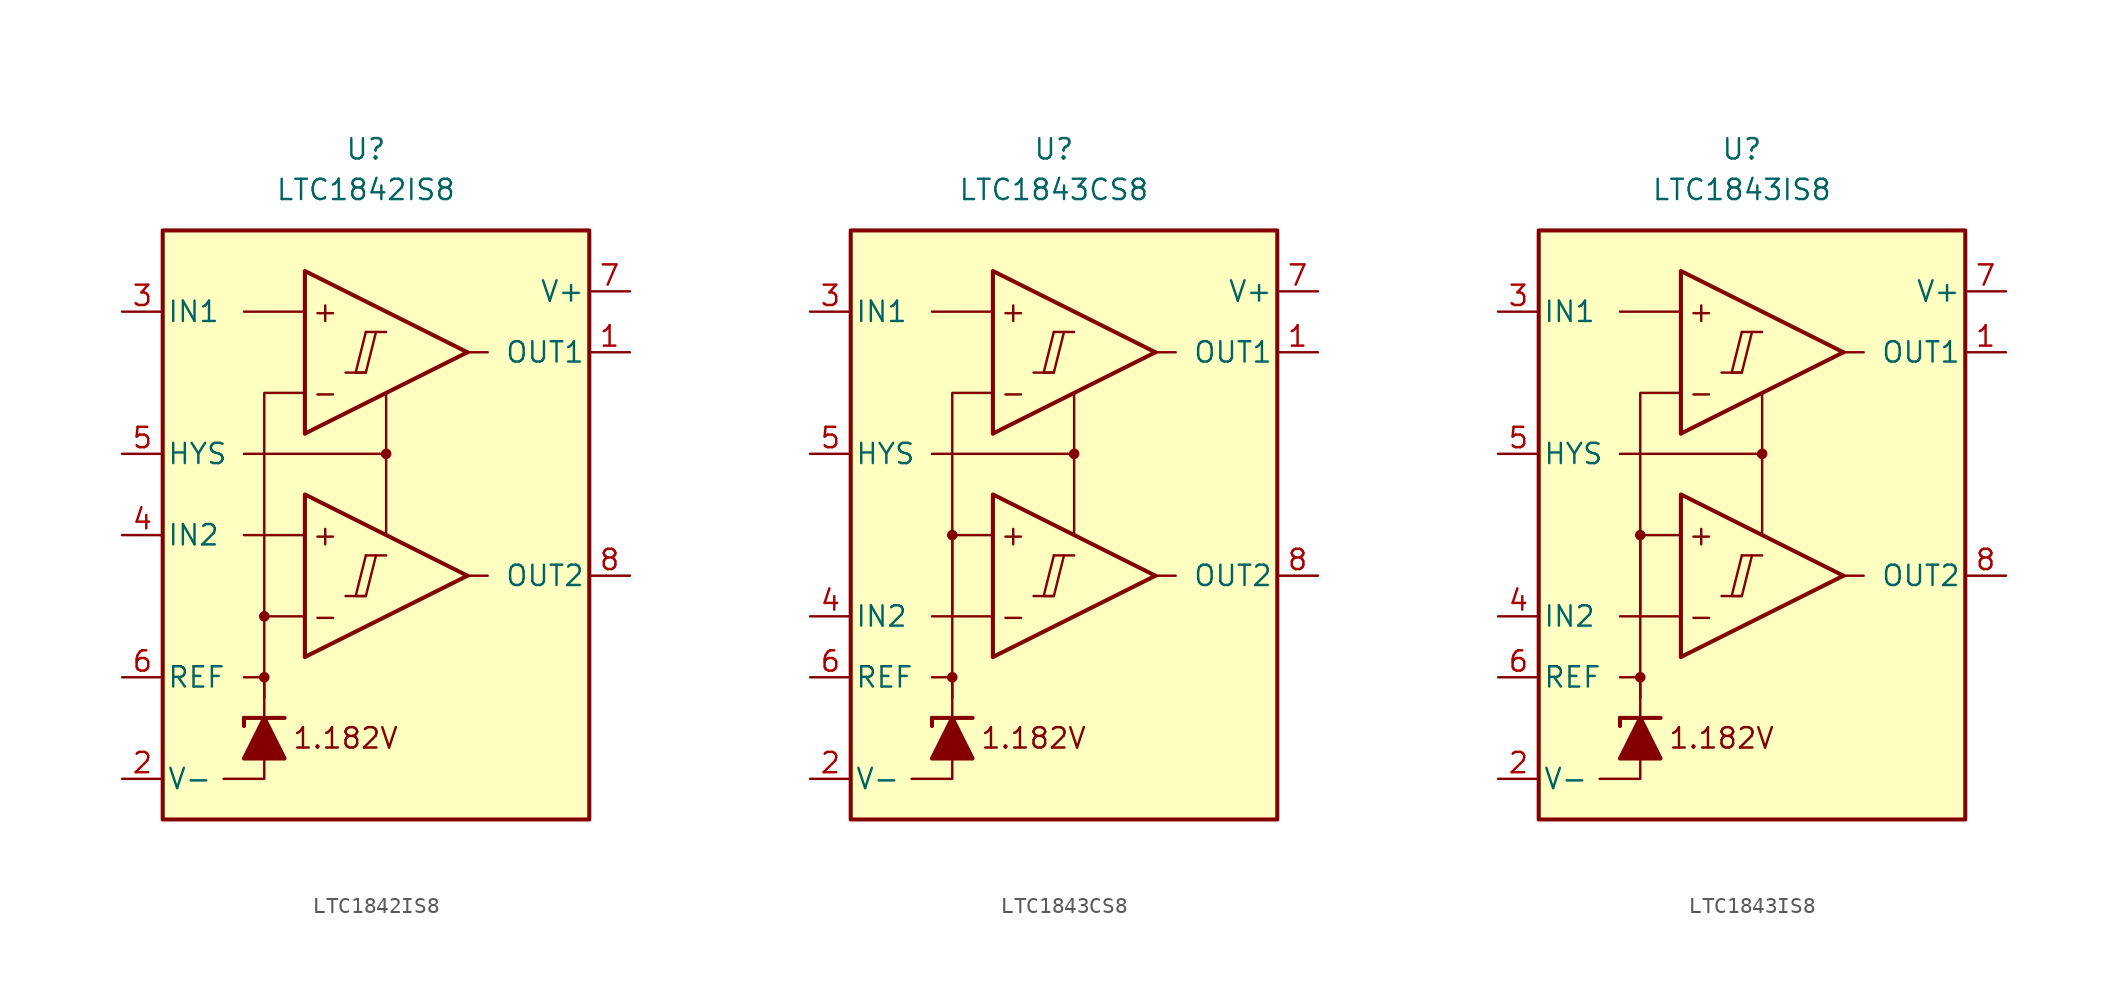
<source format=kicad_sym>
(kicad_symbol_lib
  (version 20231120)
  (generator "kicad_symbol_editor")
  (generator_version "8.0")
  (symbol "LTC1842IS8"
    (pin_names
      (offset 0.254))
    (property "Reference" "U"
      (at -1.27 22.86 0)
      (effects (font (size 1.27 1.27))))
    (property "Value" "LTC1842IS8"
      (at -1.27 20.32 0)
      (effects (font (size 1.27 1.27))))
    (symbol "LTC1842IS8_0_0"
      (rectangle (start -13.97 17.78) (end 12.7 -19.05) (stroke (width 0.254) (type default)) (fill (type background)))
      (circle (center -7.62 -10.16) (radius 0.254) (stroke (width 0.152) (type default)) (fill (type outline)))
      (circle (center -7.62 -6.35) (radius 0.254) (stroke (width 0.152) (type default)) (fill (type outline)))
      (polyline (pts (xy -2.54 -5.08) (xy -1.27 -5.08)) (stroke (width 0.152) (type default)) (fill (type none)))
      (polyline (pts (xy -2.54 8.89) (xy -1.27 8.89)) (stroke (width 0.152) (type default)) (fill (type none)))
      (polyline (pts (xy -1.27 -2.54) (xy 0 -2.54)) (stroke (width 0.152) (type default)) (fill (type none)))
      (polyline (pts (xy -1.27 11.43) (xy 0 11.43)) (stroke (width 0.152) (type default)) (fill (type none)))
      (polyline (pts (xy 5.08 -3.81) (xy -5.08 -8.89)) (stroke (width 0.254) (type default)) (fill (type none)))
      (polyline (pts (xy 5.08 10.16) (xy -5.08 5.08)) (stroke (width 0.254) (type default)) (fill (type none)))
      (polyline (pts (xy 5.08 -3.81) (xy -5.08 1.27) (xy -5.08 -8.89)) (stroke (width 0.254) (type default)) (fill (type background)))
      (polyline (pts (xy 5.08 10.16) (xy -5.08 15.24) (xy -5.08 5.08)) (stroke (width 0.254) (type default)) (fill (type background)))
      (polyline (pts (xy -1.27 -2.54) (xy -1.905 -5.08) (xy -1.27 -5.08) (xy -0.635 -2.54)) (stroke (width 0.152) (type default)) (fill (type none)))
      (polyline (pts (xy -1.27 11.43) (xy -1.905 8.89) (xy -1.27 8.89) (xy -0.635 11.43)) (stroke (width 0.152) (type default)) (fill (type none)))
      (circle (center 0 3.81) (radius 0.254) (stroke (width 0.152) (type default)) (fill (type outline)))
      (text "+" (at -3.81 -1.27 0) (effects (font (size 1.27 1.27))))
      (text "+" (at -3.81 12.7 0) (effects (font (size 1.27 1.27))))
      (text "-" (at -3.81 -6.35 0) (effects (font (size 1.27 1.27))))
      (text "-" (at -3.81 7.62 0) (effects (font (size 1.27 1.27))))
      (text "1.182V" (at -2.54 -13.97 0) (effects (font (size 1.27 1.27)))))
    (symbol "LTC1842IS8_0_1"
      (polyline (pts (xy -8.89 -12.7) (xy -8.89 -13.208)) (stroke (width 0.254) (type default)) (fill (type none)))
      (polyline (pts (xy -8.89 -12.7) (xy -6.35 -12.7)) (stroke (width 0.254) (type default)) (fill (type none)))
      (polyline (pts (xy -5.08 -1.27) (xy -8.89 -1.27)) (stroke (width 0) (type default)) (fill (type none)))
      (polyline (pts (xy -5.08 12.7) (xy -8.89 12.7)) (stroke (width 0) (type default)) (fill (type none)))
      (polyline (pts (xy 0 3.81) (xy 0 -1.27)) (stroke (width 0) (type default)) (fill (type none)))
      (polyline (pts (xy 5.08 -3.81) (xy 6.35 -3.81)) (stroke (width 0) (type default)) (fill (type none)))
      (polyline (pts (xy 5.08 10.16) (xy 6.35 10.16)) (stroke (width 0) (type default)) (fill (type none)))
      (polyline (pts (xy -7.62 -15.24) (xy -7.62 -16.51) (xy -10.16 -16.51)) (stroke (width 0) (type default)) (fill (type none)))
      (polyline (pts (xy -7.62 -12.7) (xy -7.62 -10.16) (xy -8.89 -10.16)) (stroke (width 0) (type default)) (fill (type none)))
      (polyline (pts (xy -7.62 -11.43) (xy -7.62 -6.35) (xy -5.08 -6.35)) (stroke (width 0) (type default)) (fill (type none)))
      (polyline (pts (xy -7.62 -6.35) (xy -7.62 7.62) (xy -5.08 7.62)) (stroke (width 0) (type default)) (fill (type none)))
      (polyline (pts (xy 0 7.62) (xy 0 3.81) (xy -8.89 3.81)) (stroke (width 0) (type default)) (fill (type none)))
      (polyline (pts (xy -6.35 -15.24) (xy -8.89 -15.24) (xy -7.62 -12.7) (xy -6.35 -15.24)) (stroke (width 0.254) (type default)) (fill (type outline))))
    (symbol "LTC1842IS8_1_1"
      (pin output line (at 15.24 10.16 180) (length 2.54) (name "OUT1" (effects (font (size 1.27 1.27)))) (number "1" (effects (font (size 1.27 1.27)))))
      (pin power_in line (at -16.51 -16.51 0) (length 2.54) (name "V-" (effects (font (size 1.27 1.27)))) (number "2" (effects (font (size 1.27 1.27)))))
      (pin input line (at -16.51 12.7 0) (length 2.54) (name "IN1" (effects (font (size 1.27 1.27)))) (number "3" (effects (font (size 1.27 1.27)))))
      (pin input line (at -16.51 -1.27 0) (length 2.54) (name "IN2" (effects (font (size 1.27 1.27)))) (number "4" (effects (font (size 1.27 1.27)))))
      (pin input line (at -16.51 3.81 0) (length 2.54) (name "HYS" (effects (font (size 1.27 1.27)))) (number "5" (effects (font (size 1.27 1.27)))))
      (pin output line (at -16.51 -10.16 0) (length 2.54) (name "REF" (effects (font (size 1.27 1.27)))) (number "6" (effects (font (size 1.27 1.27)))))
      (pin power_in line (at 15.24 13.97 180) (length 2.54) (name "V+" (effects (font (size 1.27 1.27)))) (number "7" (effects (font (size 1.27 1.27)))))
      (pin output line (at 15.24 -3.81 180) (length 2.54) (name "OUT2" (effects (font (size 1.27 1.27)))) (number "8" (effects (font (size 1.27 1.27)))))))
  (symbol "LTC1843CS8"
    (pin_names
      (offset 0.254))
    (property "Reference" "U"
      (at -1.27 22.86 0)
      (effects (font (size 1.27 1.27))))
    (property "Value" "LTC1843CS8"
      (at -1.27 20.32 0)
      (effects (font (size 1.27 1.27))))
    (symbol "LTC1843CS8_0_0"
      (rectangle (start -13.97 17.78) (end 12.7 -19.05) (stroke (width 0.254) (type default)) (fill (type background)))
      (circle (center -7.62 -10.16) (radius 0.254) (stroke (width 0.152) (type default)) (fill (type outline)))
      (circle (center -7.62 -1.27) (radius 0.254) (stroke (width 0.152) (type default)) (fill (type outline)))
      (polyline (pts (xy -2.54 -5.08) (xy -1.27 -5.08)) (stroke (width 0.152) (type default)) (fill (type none)))
      (polyline (pts (xy -2.54 8.89) (xy -1.27 8.89)) (stroke (width 0.152) (type default)) (fill (type none)))
      (polyline (pts (xy -1.27 -2.54) (xy 0 -2.54)) (stroke (width 0.152) (type default)) (fill (type none)))
      (polyline (pts (xy -1.27 11.43) (xy 0 11.43)) (stroke (width 0.152) (type default)) (fill (type none)))
      (polyline (pts (xy 5.08 -3.81) (xy -5.08 -8.89)) (stroke (width 0.254) (type default)) (fill (type none)))
      (polyline (pts (xy 5.08 10.16) (xy -5.08 5.08)) (stroke (width 0.254) (type default)) (fill (type none)))
      (polyline (pts (xy 5.08 -3.81) (xy -5.08 1.27) (xy -5.08 -8.89)) (stroke (width 0.254) (type default)) (fill (type background)))
      (polyline (pts (xy 5.08 10.16) (xy -5.08 15.24) (xy -5.08 5.08)) (stroke (width 0.254) (type default)) (fill (type background)))
      (polyline (pts (xy -1.27 -2.54) (xy -1.905 -5.08) (xy -1.27 -5.08) (xy -0.635 -2.54)) (stroke (width 0.152) (type default)) (fill (type none)))
      (polyline (pts (xy -1.27 11.43) (xy -1.905 8.89) (xy -1.27 8.89) (xy -0.635 11.43)) (stroke (width 0.152) (type default)) (fill (type none)))
      (circle (center 0 3.81) (radius 0.254) (stroke (width 0.152) (type default)) (fill (type outline)))
      (text "+" (at -3.81 -1.27 0) (effects (font (size 1.27 1.27))))
      (text "+" (at -3.81 12.7 0) (effects (font (size 1.27 1.27))))
      (text "-" (at -3.81 -6.35 0) (effects (font (size 1.27 1.27))))
      (text "-" (at -3.81 7.62 0) (effects (font (size 1.27 1.27))))
      (text "1.182V" (at -2.54 -13.97 0) (effects (font (size 1.27 1.27)))))
    (symbol "LTC1843CS8_0_1"
      (polyline (pts (xy -8.89 -12.7) (xy -8.89 -13.208)) (stroke (width 0.254) (type default)) (fill (type none)))
      (polyline (pts (xy -8.89 -12.7) (xy -6.35 -12.7)) (stroke (width 0.254) (type default)) (fill (type none)))
      (polyline (pts (xy -5.08 -6.35) (xy -8.89 -6.35)) (stroke (width 0) (type default)) (fill (type none)))
      (polyline (pts (xy -5.08 12.7) (xy -8.89 12.7)) (stroke (width 0) (type default)) (fill (type none)))
      (polyline (pts (xy 0 3.81) (xy 0 -1.27)) (stroke (width 0) (type default)) (fill (type none)))
      (polyline (pts (xy 5.08 -3.81) (xy 6.35 -3.81)) (stroke (width 0) (type default)) (fill (type none)))
      (polyline (pts (xy 5.08 10.16) (xy 6.35 10.16)) (stroke (width 0) (type default)) (fill (type none)))
      (polyline (pts (xy -7.62 -15.24) (xy -7.62 -16.51) (xy -10.16 -16.51)) (stroke (width 0) (type default)) (fill (type none)))
      (polyline (pts (xy -7.62 -12.7) (xy -7.62 -10.16) (xy -8.89 -10.16)) (stroke (width 0) (type default)) (fill (type none)))
      (polyline (pts (xy -7.62 -11.43) (xy -7.62 -1.27) (xy -5.08 -1.27)) (stroke (width 0) (type default)) (fill (type none)))
      (polyline (pts (xy -7.62 -6.35) (xy -7.62 7.62) (xy -5.08 7.62)) (stroke (width 0) (type default)) (fill (type none)))
      (polyline (pts (xy 0 7.62) (xy 0 3.81) (xy -8.89 3.81)) (stroke (width 0) (type default)) (fill (type none)))
      (polyline (pts (xy -6.35 -15.24) (xy -8.89 -15.24) (xy -7.62 -12.7) (xy -6.35 -15.24)) (stroke (width 0.254) (type default)) (fill (type outline))))
    (symbol "LTC1843CS8_1_1"
      (pin output line (at 15.24 10.16 180) (length 2.54) (name "OUT1" (effects (font (size 1.27 1.27)))) (number "1" (effects (font (size 1.27 1.27)))))
      (pin power_in line (at -16.51 -16.51 0) (length 2.54) (name "V-" (effects (font (size 1.27 1.27)))) (number "2" (effects (font (size 1.27 1.27)))))
      (pin input line (at -16.51 12.7 0) (length 2.54) (name "IN1" (effects (font (size 1.27 1.27)))) (number "3" (effects (font (size 1.27 1.27)))))
      (pin input line (at -16.51 -6.35 0) (length 2.54) (name "IN2" (effects (font (size 1.27 1.27)))) (number "4" (effects (font (size 1.27 1.27)))))
      (pin input line (at -16.51 3.81 0) (length 2.54) (name "HYS" (effects (font (size 1.27 1.27)))) (number "5" (effects (font (size 1.27 1.27)))))
      (pin output line (at -16.51 -10.16 0) (length 2.54) (name "REF" (effects (font (size 1.27 1.27)))) (number "6" (effects (font (size 1.27 1.27)))))
      (pin power_in line (at 15.24 13.97 180) (length 2.54) (name "V+" (effects (font (size 1.27 1.27)))) (number "7" (effects (font (size 1.27 1.27)))))
      (pin output line (at 15.24 -3.81 180) (length 2.54) (name "OUT2" (effects (font (size 1.27 1.27)))) (number "8" (effects (font (size 1.27 1.27)))))))
  (symbol "LTC1843IS8"
    (pin_names
      (offset 0.254))
    (property "Reference" "U"
      (at -1.27 22.86 0)
      (effects (font (size 1.27 1.27))))
    (property "Value" "LTC1843IS8"
      (at -1.27 20.32 0)
      (effects (font (size 1.27 1.27))))
    (symbol "LTC1843IS8_0_0"
      (rectangle (start -13.97 17.78) (end 12.7 -19.05) (stroke (width 0.254) (type default)) (fill (type background)))
      (circle (center -7.62 -10.16) (radius 0.254) (stroke (width 0.152) (type default)) (fill (type outline)))
      (circle (center -7.62 -1.27) (radius 0.254) (stroke (width 0.152) (type default)) (fill (type outline)))
      (polyline (pts (xy -2.54 -5.08) (xy -1.27 -5.08)) (stroke (width 0.152) (type default)) (fill (type none)))
      (polyline (pts (xy -2.54 8.89) (xy -1.27 8.89)) (stroke (width 0.152) (type default)) (fill (type none)))
      (polyline (pts (xy -1.27 -2.54) (xy 0 -2.54)) (stroke (width 0.152) (type default)) (fill (type none)))
      (polyline (pts (xy -1.27 11.43) (xy 0 11.43)) (stroke (width 0.152) (type default)) (fill (type none)))
      (polyline (pts (xy 5.08 -3.81) (xy -5.08 -8.89)) (stroke (width 0.254) (type default)) (fill (type none)))
      (polyline (pts (xy 5.08 10.16) (xy -5.08 5.08)) (stroke (width 0.254) (type default)) (fill (type none)))
      (polyline (pts (xy 5.08 -3.81) (xy -5.08 1.27) (xy -5.08 -8.89)) (stroke (width 0.254) (type default)) (fill (type background)))
      (polyline (pts (xy 5.08 10.16) (xy -5.08 15.24) (xy -5.08 5.08)) (stroke (width 0.254) (type default)) (fill (type background)))
      (polyline (pts (xy -1.27 -2.54) (xy -1.905 -5.08) (xy -1.27 -5.08) (xy -0.635 -2.54)) (stroke (width 0.152) (type default)) (fill (type none)))
      (polyline (pts (xy -1.27 11.43) (xy -1.905 8.89) (xy -1.27 8.89) (xy -0.635 11.43)) (stroke (width 0.152) (type default)) (fill (type none)))
      (circle (center 0 3.81) (radius 0.254) (stroke (width 0.152) (type default)) (fill (type outline)))
      (text "+" (at -3.81 -1.27 0) (effects (font (size 1.27 1.27))))
      (text "+" (at -3.81 12.7 0) (effects (font (size 1.27 1.27))))
      (text "-" (at -3.81 -6.35 0) (effects (font (size 1.27 1.27))))
      (text "-" (at -3.81 7.62 0) (effects (font (size 1.27 1.27))))
      (text "1.182V" (at -2.54 -13.97 0) (effects (font (size 1.27 1.27)))))
    (symbol "LTC1843IS8_0_1"
      (polyline (pts (xy -8.89 -12.7) (xy -8.89 -13.208)) (stroke (width 0.254) (type default)) (fill (type none)))
      (polyline (pts (xy -8.89 -12.7) (xy -6.35 -12.7)) (stroke (width 0.254) (type default)) (fill (type none)))
      (polyline (pts (xy -5.08 -6.35) (xy -8.89 -6.35)) (stroke (width 0) (type default)) (fill (type none)))
      (polyline (pts (xy -5.08 12.7) (xy -8.89 12.7)) (stroke (width 0) (type default)) (fill (type none)))
      (polyline (pts (xy 0 3.81) (xy 0 -1.27)) (stroke (width 0) (type default)) (fill (type none)))
      (polyline (pts (xy 5.08 -3.81) (xy 6.35 -3.81)) (stroke (width 0) (type default)) (fill (type none)))
      (polyline (pts (xy 5.08 10.16) (xy 6.35 10.16)) (stroke (width 0) (type default)) (fill (type none)))
      (polyline (pts (xy -7.62 -15.24) (xy -7.62 -16.51) (xy -10.16 -16.51)) (stroke (width 0) (type default)) (fill (type none)))
      (polyline (pts (xy -7.62 -12.7) (xy -7.62 -10.16) (xy -8.89 -10.16)) (stroke (width 0) (type default)) (fill (type none)))
      (polyline (pts (xy -7.62 -11.43) (xy -7.62 -1.27) (xy -5.08 -1.27)) (stroke (width 0) (type default)) (fill (type none)))
      (polyline (pts (xy -7.62 -6.35) (xy -7.62 7.62) (xy -5.08 7.62)) (stroke (width 0) (type default)) (fill (type none)))
      (polyline (pts (xy 0 7.62) (xy 0 3.81) (xy -8.89 3.81)) (stroke (width 0) (type default)) (fill (type none)))
      (polyline (pts (xy -6.35 -15.24) (xy -8.89 -15.24) (xy -7.62 -12.7) (xy -6.35 -15.24)) (stroke (width 0.254) (type default)) (fill (type outline))))
    (symbol "LTC1843IS8_1_1"
      (pin output line (at 15.24 10.16 180) (length 2.54) (name "OUT1" (effects (font (size 1.27 1.27)))) (number "1" (effects (font (size 1.27 1.27)))))
      (pin power_in line (at -16.51 -16.51 0) (length 2.54) (name "V-" (effects (font (size 1.27 1.27)))) (number "2" (effects (font (size 1.27 1.27)))))
      (pin input line (at -16.51 12.7 0) (length 2.54) (name "IN1" (effects (font (size 1.27 1.27)))) (number "3" (effects (font (size 1.27 1.27)))))
      (pin input line (at -16.51 -6.35 0) (length 2.54) (name "IN2" (effects (font (size 1.27 1.27)))) (number "4" (effects (font (size 1.27 1.27)))))
      (pin input line (at -16.51 3.81 0) (length 2.54) (name "HYS" (effects (font (size 1.27 1.27)))) (number "5" (effects (font (size 1.27 1.27)))))
      (pin output line (at -16.51 -10.16 0) (length 2.54) (name "REF" (effects (font (size 1.27 1.27)))) (number "6" (effects (font (size 1.27 1.27)))))
      (pin power_in line (at 15.24 13.97 180) (length 2.54) (name "V+" (effects (font (size 1.27 1.27)))) (number "7" (effects (font (size 1.27 1.27)))))
      (pin output line (at 15.24 -3.81 180) (length 2.54) (name "OUT2" (effects (font (size 1.27 1.27)))) (number "8" (effects (font (size 1.27 1.27))))))))
</source>
